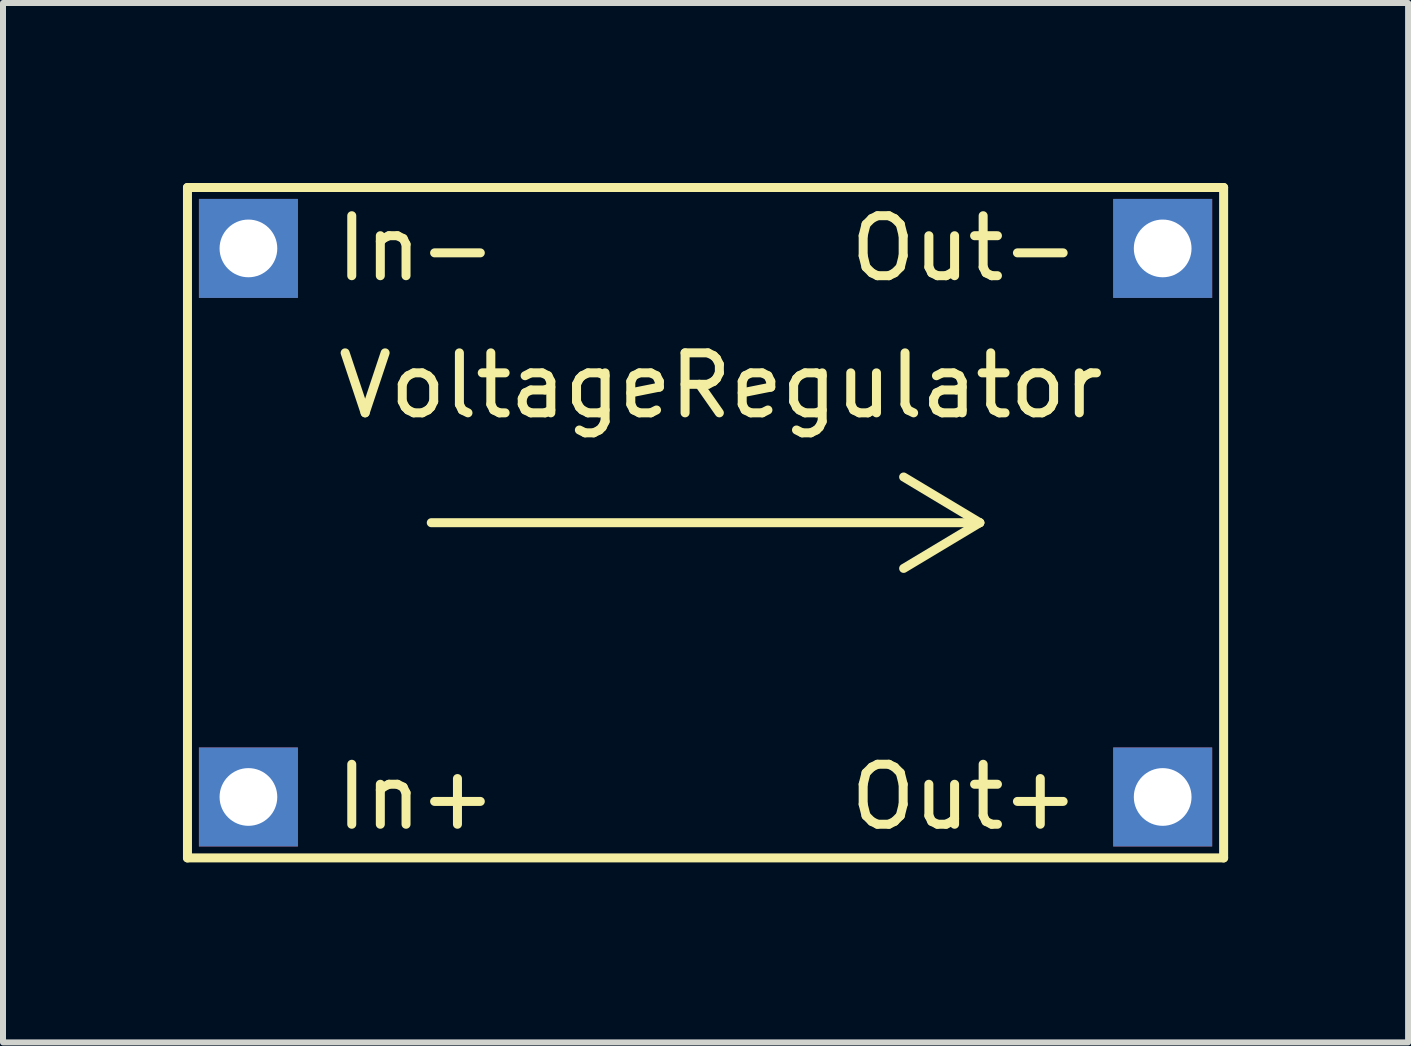
<source format=kicad_pcb>
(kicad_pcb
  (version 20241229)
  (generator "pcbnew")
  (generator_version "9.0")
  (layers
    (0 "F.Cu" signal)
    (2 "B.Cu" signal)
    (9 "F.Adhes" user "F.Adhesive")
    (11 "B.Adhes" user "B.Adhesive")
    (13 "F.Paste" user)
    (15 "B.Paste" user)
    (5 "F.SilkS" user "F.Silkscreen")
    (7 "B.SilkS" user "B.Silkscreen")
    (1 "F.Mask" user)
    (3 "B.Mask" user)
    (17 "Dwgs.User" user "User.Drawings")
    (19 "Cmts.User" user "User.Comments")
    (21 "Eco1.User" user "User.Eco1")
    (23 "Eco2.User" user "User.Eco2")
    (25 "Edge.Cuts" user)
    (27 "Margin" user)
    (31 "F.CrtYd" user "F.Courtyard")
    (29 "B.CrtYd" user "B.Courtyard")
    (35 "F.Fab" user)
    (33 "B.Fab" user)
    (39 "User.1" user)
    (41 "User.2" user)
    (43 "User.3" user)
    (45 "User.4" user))
  (footprint "VoltageRegulator"
    (layer "F.Cu")
    (at 1.091 10.235)
    (property "Reference" "VoltageRegulator" (at 7.874 -6.858 0) (layer "F.SilkS") (effects (font (size 1 1) (thickness 0.15))))
    (attr through_hole)
    (fp_line (start -1.016 -10.16) (end 16.256 -10.16) (stroke (width 0.15) (type solid)) (layer "F.SilkS"))
    (fp_line (start -1.016 1.016) (end -1.016 -10.16) (stroke (width 0.15) (type solid)) (layer "F.SilkS"))
    (fp_line (start 3.048 -4.572) (end 12.192 -4.572) (stroke (width 0.15) (type solid)) (layer "F.SilkS"))
    (fp_line (start 12.192 -4.572) (end 10.922 -5.334) (stroke (width 0.15) (type solid)) (layer "F.SilkS"))
    (fp_line (start 12.192 -4.572) (end 10.922 -3.81) (stroke (width 0.15) (type solid)) (layer "F.SilkS"))
    (fp_line (start 16.256 -10.16) (end 16.256 1.016) (stroke (width 0.15) (type solid)) (layer "F.SilkS"))
    (fp_line (start 16.256 1.016) (end -1.016 1.016) (stroke (width 0.15) (type solid)) (layer "F.SilkS"))
    (fp_text user "Out-" (at 11.938 -9.144 0) (layer "F.SilkS") (effects (font (size 1 1) (thickness 0.15))))
    (fp_text user "Out+" (at 11.938 0 0) (layer "F.SilkS") (effects (font (size 1 1) (thickness 0.15))))
    (fp_text user "In+" (at 2.794 0 0) (layer "F.SilkS") (effects (font (size 1 1) (thickness 0.15))))
    (fp_text user "In-" (at 2.794 -9.144 0) (layer "F.SilkS") (effects (font (size 1 1) (thickness 0.15))))
    (pad "GNDin" thru_hole rect (at 0 -9.144) (size 1.65 1.65) (drill 0.962) (layers "*.Cu" "*.Mask"))
    (pad "GNDout" thru_hole rect (at 15.24 -9.144) (size 1.65 1.65) (drill 0.962) (layers "*.Cu" "*.Mask"))
    (pad "Vin" thru_hole rect (at 0 0) (size 1.65 1.65) (drill 0.962) (layers "*.Cu" "*.Mask"))
    (pad "Vout" thru_hole rect (at 15.24 0) (size 1.65 1.65) (drill 0.962) (layers "*.Cu" "*.Mask")))
  (gr_rect
    (start -3 -3)
    (end 20.422 14.326)
    (stroke (width 0.1) (type default))
    (fill no)
    (layer "Edge.Cuts")))
</source>
